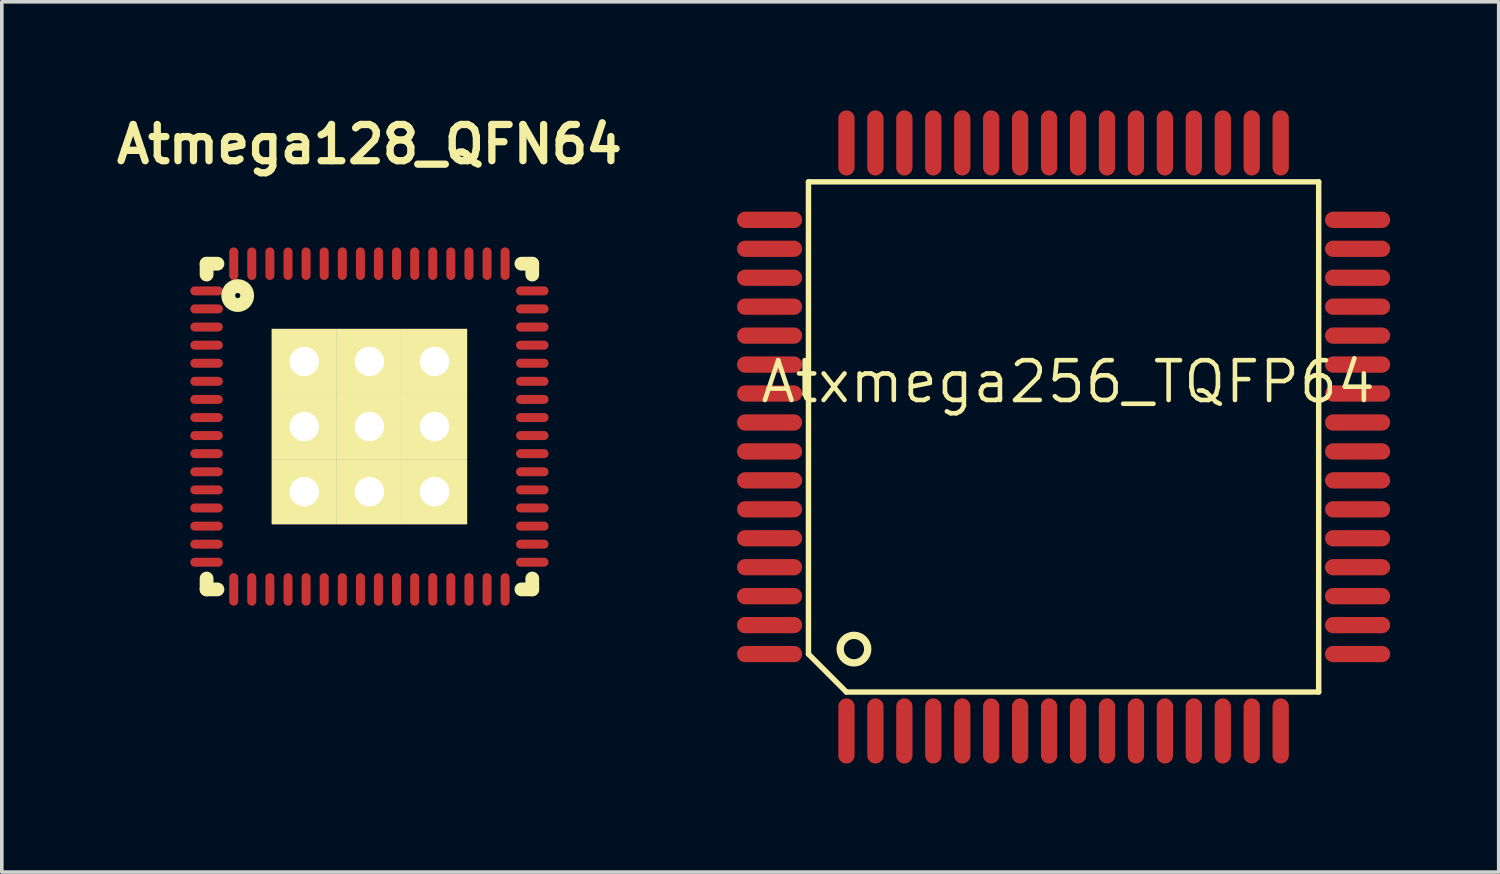
<source format=kicad_pcb>
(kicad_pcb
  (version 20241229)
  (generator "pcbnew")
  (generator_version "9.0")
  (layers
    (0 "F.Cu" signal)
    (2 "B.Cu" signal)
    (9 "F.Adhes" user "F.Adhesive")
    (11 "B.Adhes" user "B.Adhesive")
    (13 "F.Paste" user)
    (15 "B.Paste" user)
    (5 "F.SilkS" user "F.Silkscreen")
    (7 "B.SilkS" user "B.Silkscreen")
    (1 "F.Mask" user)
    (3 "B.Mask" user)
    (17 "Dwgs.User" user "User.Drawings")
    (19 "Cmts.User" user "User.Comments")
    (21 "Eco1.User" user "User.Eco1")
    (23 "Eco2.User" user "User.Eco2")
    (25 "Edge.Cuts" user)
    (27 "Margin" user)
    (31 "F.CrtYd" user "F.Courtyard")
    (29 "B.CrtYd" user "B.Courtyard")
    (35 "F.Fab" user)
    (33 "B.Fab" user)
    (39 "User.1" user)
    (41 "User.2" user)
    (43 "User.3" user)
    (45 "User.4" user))
  (footprint "Atmega128_QFN64"
    (layer "F.Cu")
    (at 7.159 8.738)
    (property "Reference" "Atmega128_QFN64" (at 0 -7.8 0) (layer "F.SilkS") (effects (font (size 1.001 1.001) (thickness 0.201))))
    (attr through_hole)
    (fp_line (start -4.5 -4.5) (end -4.5 -4.2) (stroke (width 0.381) (type solid)) (layer "F.SilkS"))
    (fp_line (start -4.5 -4.5) (end -4.2 -4.5) (stroke (width 0.381) (type solid)) (layer "F.SilkS"))
    (fp_line (start -4.5 4.5) (end -4.5 4.2) (stroke (width 0.381) (type solid)) (layer "F.SilkS"))
    (fp_line (start -4.5 4.5) (end -4.2 4.5) (stroke (width 0.381) (type solid)) (layer "F.SilkS"))
    (fp_line (start 4.5 -4.5) (end 4.2 -4.5) (stroke (width 0.381) (type solid)) (layer "F.SilkS"))
    (fp_line (start 4.5 -4.5) (end 4.5 -4.2) (stroke (width 0.381) (type solid)) (layer "F.SilkS"))
    (fp_line (start 4.5 4.5) (end 4.2 4.5) (stroke (width 0.381) (type solid)) (layer "F.SilkS"))
    (fp_line (start 4.5 4.5) (end 4.5 4.2) (stroke (width 0.381) (type solid)) (layer "F.SilkS"))
    (fp_circle (center -3.64 -3.62) (end -3.6 -3.56) (stroke (width 0.381) (type solid)) (fill no) (layer "F.SilkS"))
    (pad "0" thru_hole rect (at -1.8 -1.8) (size 1.799 1.799) (drill 0.813) (layers "*.Cu" "*.Mask" "F.SilkS"))
    (pad "0" thru_hole rect (at -1.8 0) (size 1.799 1.799) (drill 0.813) (layers "*.Cu" "*.Mask" "F.SilkS"))
    (pad "0" thru_hole rect (at -1.8 1.8) (size 1.799 1.799) (drill 0.813) (layers "*.Cu" "*.Mask" "F.SilkS"))
    (pad "0" thru_hole rect (at 0 -1.8) (size 1.799 1.799) (drill 0.813) (layers "*.Cu" "*.Mask" "F.SilkS"))
    (pad "0" thru_hole rect (at 0 0) (size 1.799 1.799) (drill 0.813) (layers "*.Cu" "*.Mask" "F.SilkS"))
    (pad "0" thru_hole rect (at 0 1.8) (size 1.799 1.799) (drill 0.813) (layers "*.Cu" "*.Mask" "F.SilkS"))
    (pad "0" thru_hole rect (at 1.8 -1.8) (size 1.799 1.799) (drill 0.813) (layers "*.Cu" "*.Mask" "F.SilkS"))
    (pad "0" thru_hole rect (at 1.8 0) (size 1.799 1.799) (drill 0.813) (layers "*.Cu" "*.Mask" "F.SilkS"))
    (pad "0" thru_hole rect (at 1.8 1.8) (size 1.799 1.799) (drill 0.813) (layers "*.Cu" "*.Mask" "F.SilkS"))
    (pad "1" smd oval (at -4.501 -3.749) (size 0.899 0.249) (layers "F.Cu" "F.Mask" "F.Paste"))
    (pad "2" smd oval (at -4.501 -3.251) (size 0.899 0.249) (layers "F.Cu" "F.Mask" "F.Paste"))
    (pad "3" smd oval (at -4.501 -2.751) (size 0.899 0.249) (layers "F.Cu" "F.Mask" "F.Paste"))
    (pad "4" smd oval (at -4.501 -2.25) (size 0.899 0.249) (layers "F.Cu" "F.Mask" "F.Paste"))
    (pad "5" smd oval (at -4.501 -1.75) (size 0.899 0.249) (layers "F.Cu" "F.Mask" "F.Paste"))
    (pad "6" smd oval (at -4.501 -1.25) (size 0.899 0.249) (layers "F.Cu" "F.Mask" "F.Paste"))
    (pad "7" smd oval (at -4.501 -0.749) (size 0.899 0.249) (layers "F.Cu" "F.Mask" "F.Paste"))
    (pad "8" smd oval (at -4.501 -0.249) (size 0.899 0.249) (layers "F.Cu" "F.Mask" "F.Paste"))
    (pad "9" smd oval (at -4.501 0.249) (size 0.899 0.249) (layers "F.Cu" "F.Mask" "F.Paste"))
    (pad "10" smd oval (at -4.501 0.749) (size 0.899 0.249) (layers "F.Cu" "F.Mask" "F.Paste"))
    (pad "11" smd oval (at -4.501 1.25) (size 0.899 0.249) (layers "F.Cu" "F.Mask" "F.Paste"))
    (pad "12" smd oval (at -4.501 1.75) (size 0.899 0.249) (layers "F.Cu" "F.Mask" "F.Paste"))
    (pad "13" smd oval (at -4.501 2.25) (size 0.899 0.249) (layers "F.Cu" "F.Mask" "F.Paste"))
    (pad "14" smd oval (at -4.501 2.751) (size 0.899 0.249) (layers "F.Cu" "F.Mask" "F.Paste"))
    (pad "15" smd oval (at -4.501 3.251) (size 0.899 0.249) (layers "F.Cu" "F.Mask" "F.Paste"))
    (pad "16" smd oval (at -4.501 3.749) (size 0.899 0.249) (layers "F.Cu" "F.Mask" "F.Paste"))
    (pad "17" smd oval (at -3.749 4.501) (size 0.249 0.899) (layers "F.Cu" "F.Mask" "F.Paste"))
    (pad "18" smd oval (at -3.251 4.501) (size 0.249 0.899) (layers "F.Cu" "F.Mask" "F.Paste"))
    (pad "19" smd oval (at -2.751 4.501) (size 0.249 0.899) (layers "F.Cu" "F.Mask" "F.Paste"))
    (pad "20" smd oval (at -2.25 4.501) (size 0.249 0.899) (layers "F.Cu" "F.Mask" "F.Paste"))
    (pad "21" smd oval (at -1.75 4.501) (size 0.249 0.899) (layers "F.Cu" "F.Mask" "F.Paste"))
    (pad "22" smd oval (at -1.25 4.501) (size 0.249 0.899) (layers "F.Cu" "F.Mask" "F.Paste"))
    (pad "23" smd oval (at -0.749 4.501) (size 0.249 0.899) (layers "F.Cu" "F.Mask" "F.Paste"))
    (pad "24" smd oval (at -0.249 4.501) (size 0.249 0.899) (layers "F.Cu" "F.Mask" "F.Paste"))
    (pad "25" smd oval (at 0.249 4.501) (size 0.249 0.899) (layers "F.Cu" "F.Mask" "F.Paste"))
    (pad "26" smd oval (at 0.749 4.501) (size 0.249 0.899) (layers "F.Cu" "F.Mask" "F.Paste"))
    (pad "27" smd oval (at 1.25 4.501) (size 0.249 0.899) (layers "F.Cu" "F.Mask" "F.Paste"))
    (pad "28" smd oval (at 1.75 4.501) (size 0.249 0.899) (layers "F.Cu" "F.Mask" "F.Paste"))
    (pad "29" smd oval (at 2.25 4.501) (size 0.249 0.899) (layers "F.Cu" "F.Mask" "F.Paste"))
    (pad "30" smd oval (at 2.751 4.501) (size 0.249 0.899) (layers "F.Cu" "F.Mask" "F.Paste"))
    (pad "31" smd oval (at 3.251 4.501) (size 0.249 0.899) (layers "F.Cu" "F.Mask" "F.Paste"))
    (pad "32" smd oval (at 3.749 4.501) (size 0.249 0.899) (layers "F.Cu" "F.Mask" "F.Paste"))
    (pad "33" smd oval (at 4.501 3.749) (size 0.899 0.249) (layers "F.Cu" "F.Mask" "F.Paste"))
    (pad "34" smd oval (at 4.501 3.251) (size 0.899 0.249) (layers "F.Cu" "F.Mask" "F.Paste"))
    (pad "35" smd oval (at 4.501 2.751) (size 0.899 0.249) (layers "F.Cu" "F.Mask" "F.Paste"))
    (pad "36" smd oval (at 4.501 2.25) (size 0.899 0.249) (layers "F.Cu" "F.Mask" "F.Paste"))
    (pad "37" smd oval (at 4.501 1.75) (size 0.899 0.249) (layers "F.Cu" "F.Mask" "F.Paste"))
    (pad "38" smd oval (at 4.501 1.25) (size 0.899 0.249) (layers "F.Cu" "F.Mask" "F.Paste"))
    (pad "39" smd oval (at 4.501 0.749) (size 0.899 0.249) (layers "F.Cu" "F.Mask" "F.Paste"))
    (pad "40" smd oval (at 4.501 0.249) (size 0.899 0.249) (layers "F.Cu" "F.Mask" "F.Paste"))
    (pad "41" smd oval (at 4.501 -0.249) (size 0.899 0.249) (layers "F.Cu" "F.Mask" "F.Paste"))
    (pad "42" smd oval (at 4.501 -0.749) (size 0.899 0.249) (layers "F.Cu" "F.Mask" "F.Paste"))
    (pad "43" smd oval (at 4.501 -1.25) (size 0.899 0.249) (layers "F.Cu" "F.Mask" "F.Paste"))
    (pad "44" smd oval (at 4.501 -1.75) (size 0.899 0.249) (layers "F.Cu" "F.Mask" "F.Paste"))
    (pad "45" smd oval (at 4.501 -2.25) (size 0.899 0.249) (layers "F.Cu" "F.Mask" "F.Paste"))
    (pad "46" smd oval (at 4.501 -2.751) (size 0.899 0.249) (layers "F.Cu" "F.Mask" "F.Paste"))
    (pad "47" smd oval (at 4.501 -3.251) (size 0.899 0.249) (layers "F.Cu" "F.Mask" "F.Paste"))
    (pad "48" smd oval (at 4.501 -3.749) (size 0.899 0.249) (layers "F.Cu" "F.Mask" "F.Paste"))
    (pad "49" smd oval (at 3.749 -4.501) (size 0.249 0.899) (layers "F.Cu" "F.Mask" "F.Paste"))
    (pad "50" smd oval (at 3.251 -4.501) (size 0.249 0.899) (layers "F.Cu" "F.Mask" "F.Paste"))
    (pad "51" smd oval (at 2.751 -4.501) (size 0.249 0.899) (layers "F.Cu" "F.Mask" "F.Paste"))
    (pad "52" smd oval (at 2.25 -4.501) (size 0.249 0.899) (layers "F.Cu" "F.Mask" "F.Paste"))
    (pad "53" smd oval (at 1.75 -4.501) (size 0.249 0.899) (layers "F.Cu" "F.Mask" "F.Paste"))
    (pad "54" smd oval (at 1.25 -4.501) (size 0.249 0.899) (layers "F.Cu" "F.Mask" "F.Paste"))
    (pad "55" smd oval (at 0.749 -4.501) (size 0.249 0.899) (layers "F.Cu" "F.Mask" "F.Paste"))
    (pad "56" smd oval (at 0.249 -4.501) (size 0.249 0.899) (layers "F.Cu" "F.Mask" "F.Paste"))
    (pad "57" smd oval (at -0.249 -4.501) (size 0.249 0.899) (layers "F.Cu" "F.Mask" "F.Paste"))
    (pad "58" smd oval (at -0.749 -4.501) (size 0.249 0.899) (layers "F.Cu" "F.Mask" "F.Paste"))
    (pad "59" smd oval (at -1.25 -4.501) (size 0.249 0.899) (layers "F.Cu" "F.Mask" "F.Paste"))
    (pad "60" smd oval (at -1.75 -4.501) (size 0.249 0.899) (layers "F.Cu" "F.Mask" "F.Paste"))
    (pad "61" smd oval (at -2.25 -4.501) (size 0.249 0.899) (layers "F.Cu" "F.Mask" "F.Paste"))
    (pad "62" smd oval (at -2.751 -4.501) (size 0.249 0.899) (layers "F.Cu" "F.Mask" "F.Paste"))
    (pad "63" smd oval (at -3.251 -4.501) (size 0.249 0.899) (layers "F.Cu" "F.Mask" "F.Paste"))
    (pad "64" smd oval (at -3.749 -4.501) (size 0.249 0.899) (layers "F.Cu" "F.Mask" "F.Paste")))
  (footprint "Atxmega256_TQFP64"
    (layer "F.Cu")
    (at 26.342 9.025)
    (property "Reference" "Atxmega256_TQFP64" (at 0.127 -1.524 0) (layer "F.SilkS") (effects (font (size 1.1 1.1) (thickness 0.127))))
    (attr through_hole)
    (fp_line (start -7.05 -7.05) (end -7.05 6) (stroke (width 0.15) (type solid)) (layer "F.SilkS"))
    (fp_line (start -7.05 -7.05) (end 7.05 -7.05) (stroke (width 0.15) (type solid)) (layer "F.SilkS"))
    (fp_line (start -6 7.05) (end -7.05 6) (stroke (width 0.15) (type solid)) (layer "F.SilkS"))
    (fp_line (start 7.05 -7.05) (end 7.05 7.05) (stroke (width 0.15) (type solid)) (layer "F.SilkS"))
    (fp_line (start 7.05 7.05) (end -6 7.05) (stroke (width 0.15) (type solid)) (layer "F.SilkS"))
    (fp_circle (center -5.793 5.863) (end -5.793 5.482) (stroke (width 0.203) (type solid)) (fill no) (layer "F.SilkS"))
    (pad "1" smd oval (at -6 8.125) (size 0.45 1.8) (layers "F.Cu" "F.Mask" "F.Paste"))
    (pad "2" smd oval (at -5.2 8.125) (size 0.45 1.8) (layers "F.Cu" "F.Mask" "F.Paste"))
    (pad "3" smd oval (at -4.4 8.125) (size 0.45 1.8) (layers "F.Cu" "F.Mask" "F.Paste"))
    (pad "4" smd oval (at -3.6 8.125) (size 0.45 1.8) (layers "F.Cu" "F.Mask" "F.Paste"))
    (pad "5" smd oval (at -2.8 8.125) (size 0.45 1.8) (layers "F.Cu" "F.Mask" "F.Paste"))
    (pad "6" smd oval (at -2 8.125) (size 0.45 1.8) (layers "F.Cu" "F.Mask" "F.Paste"))
    (pad "7" smd oval (at -1.2 8.125) (size 0.45 1.8) (layers "F.Cu" "F.Mask" "F.Paste"))
    (pad "8" smd oval (at -0.4 8.125) (size 0.45 1.8) (layers "F.Cu" "F.Mask" "F.Paste"))
    (pad "9" smd oval (at 0.4 8.125) (size 0.45 1.8) (layers "F.Cu" "F.Mask" "F.Paste"))
    (pad "10" smd oval (at 1.2 8.125) (size 0.45 1.8) (layers "F.Cu" "F.Mask" "F.Paste"))
    (pad "11" smd oval (at 2 8.125) (size 0.45 1.8) (layers "F.Cu" "F.Mask" "F.Paste"))
    (pad "12" smd oval (at 2.8 8.125) (size 0.45 1.8) (layers "F.Cu" "F.Mask" "F.Paste"))
    (pad "13" smd oval (at 3.6 8.125) (size 0.45 1.8) (layers "F.Cu" "F.Mask" "F.Paste"))
    (pad "14" smd oval (at 4.4 8.125) (size 0.45 1.8) (layers "F.Cu" "F.Mask" "F.Paste"))
    (pad "15" smd oval (at 5.2 8.125) (size 0.45 1.8) (layers "F.Cu" "F.Mask" "F.Paste"))
    (pad "16" smd oval (at 6 8.125) (size 0.45 1.8) (layers "F.Cu" "F.Mask" "F.Paste"))
    (pad "17" smd oval (at 8.125 6) (size 1.8 0.45) (layers "F.Cu" "F.Mask" "F.Paste"))
    (pad "18" smd oval (at 8.125 5.2) (size 1.8 0.45) (layers "F.Cu" "F.Mask" "F.Paste"))
    (pad "19" smd oval (at 8.125 4.4) (size 1.8 0.45) (layers "F.Cu" "F.Mask" "F.Paste"))
    (pad "20" smd oval (at 8.125 3.6) (size 1.8 0.45) (layers "F.Cu" "F.Mask" "F.Paste"))
    (pad "21" smd oval (at 8.125 2.8) (size 1.8 0.45) (layers "F.Cu" "F.Mask" "F.Paste"))
    (pad "22" smd oval (at 8.125 2) (size 1.8 0.45) (layers "F.Cu" "F.Mask" "F.Paste"))
    (pad "23" smd oval (at 8.125 1.2) (size 1.8 0.45) (layers "F.Cu" "F.Mask" "F.Paste"))
    (pad "24" smd oval (at 8.125 0.4) (size 1.8 0.45) (layers "F.Cu" "F.Mask" "F.Paste"))
    (pad "25" smd oval (at 8.125 -0.4) (size 1.8 0.45) (layers "F.Cu" "F.Mask" "F.Paste"))
    (pad "26" smd oval (at 8.125 -1.2) (size 1.8 0.45) (layers "F.Cu" "F.Mask" "F.Paste"))
    (pad "27" smd oval (at 8.125 -2) (size 1.8 0.45) (layers "F.Cu" "F.Mask" "F.Paste"))
    (pad "28" smd oval (at 8.125 -2.8) (size 1.8 0.45) (layers "F.Cu" "F.Mask" "F.Paste"))
    (pad "29" smd oval (at 8.125 -3.6) (size 1.8 0.45) (layers "F.Cu" "F.Mask" "F.Paste"))
    (pad "30" smd oval (at 8.125 -4.4) (size 1.8 0.45) (layers "F.Cu" "F.Mask" "F.Paste"))
    (pad "31" smd oval (at 8.125 -5.2) (size 1.8 0.45) (layers "F.Cu" "F.Mask" "F.Paste"))
    (pad "32" smd oval (at 8.125 -6) (size 1.8 0.45) (layers "F.Cu" "F.Mask" "F.Paste"))
    (pad "33" smd oval (at 6 -8.125) (size 0.45 1.8) (layers "F.Cu" "F.Mask" "F.Paste"))
    (pad "34" smd oval (at 5.2 -8.125) (size 0.45 1.8) (layers "F.Cu" "F.Mask" "F.Paste"))
    (pad "35" smd oval (at 4.4 -8.125) (size 0.45 1.8) (layers "F.Cu" "F.Mask" "F.Paste"))
    (pad "36" smd oval (at 3.6 -8.125) (size 0.45 1.8) (layers "F.Cu" "F.Mask" "F.Paste"))
    (pad "37" smd oval (at 2.8 -8.125) (size 0.45 1.8) (layers "F.Cu" "F.Mask" "F.Paste"))
    (pad "38" smd oval (at 2 -8.125) (size 0.45 1.8) (layers "F.Cu" "F.Mask" "F.Paste"))
    (pad "39" smd oval (at 1.2 -8.125) (size 0.45 1.8) (layers "F.Cu" "F.Mask" "F.Paste"))
    (pad "40" smd oval (at 0.4 -8.125) (size 0.45 1.8) (layers "F.Cu" "F.Mask" "F.Paste"))
    (pad "41" smd oval (at -0.4 -8.125) (size 0.45 1.8) (layers "F.Cu" "F.Mask" "F.Paste"))
    (pad "42" smd oval (at -1.2 -8.125) (size 0.45 1.8) (layers "F.Cu" "F.Mask" "F.Paste"))
    (pad "43" smd oval (at -2 -8.125) (size 0.45 1.8) (layers "F.Cu" "F.Mask" "F.Paste"))
    (pad "44" smd oval (at -2.8 -8.125) (size 0.45 1.8) (layers "F.Cu" "F.Mask" "F.Paste"))
    (pad "45" smd oval (at -3.6 -8.125) (size 0.45 1.8) (layers "F.Cu" "F.Mask" "F.Paste"))
    (pad "46" smd oval (at -4.4 -8.125) (size 0.45 1.8) (layers "F.Cu" "F.Mask" "F.Paste"))
    (pad "47" smd oval (at -5.2 -8.125) (size 0.45 1.8) (layers "F.Cu" "F.Mask" "F.Paste"))
    (pad "48" smd oval (at -6 -8.125) (size 0.45 1.8) (layers "F.Cu" "F.Mask" "F.Paste"))
    (pad "49" smd oval (at -8.125 -6) (size 1.8 0.45) (layers "F.Cu" "F.Mask" "F.Paste"))
    (pad "50" smd oval (at -8.125 -5.2) (size 1.8 0.45) (layers "F.Cu" "F.Mask" "F.Paste"))
    (pad "51" smd oval (at -8.125 -4.4) (size 1.8 0.45) (layers "F.Cu" "F.Mask" "F.Paste"))
    (pad "52" smd oval (at -8.125 -3.6) (size 1.8 0.45) (layers "F.Cu" "F.Mask" "F.Paste"))
    (pad "53" smd oval (at -8.125 -2.8) (size 1.8 0.45) (layers "F.Cu" "F.Mask" "F.Paste"))
    (pad "54" smd oval (at -8.125 -2) (size 1.8 0.45) (layers "F.Cu" "F.Mask" "F.Paste"))
    (pad "55" smd oval (at -8.125 -1.2) (size 1.8 0.45) (layers "F.Cu" "F.Mask" "F.Paste"))
    (pad "56" smd oval (at -8.125 -0.4) (size 1.8 0.45) (layers "F.Cu" "F.Mask" "F.Paste"))
    (pad "57" smd oval (at -8.125 0.4) (size 1.8 0.45) (layers "F.Cu" "F.Mask" "F.Paste"))
    (pad "58" smd oval (at -8.125 1.2) (size 1.8 0.45) (layers "F.Cu" "F.Mask" "F.Paste"))
    (pad "59" smd oval (at -8.125 2) (size 1.8 0.45) (layers "F.Cu" "F.Mask" "F.Paste"))
    (pad "60" smd oval (at -8.125 2.8) (size 1.8 0.45) (layers "F.Cu" "F.Mask" "F.Paste"))
    (pad "61" smd oval (at -8.125 3.6) (size 1.8 0.45) (layers "F.Cu" "F.Mask" "F.Paste"))
    (pad "62" smd oval (at -8.125 4.4) (size 1.8 0.45) (layers "F.Cu" "F.Mask" "F.Paste"))
    (pad "63" smd oval (at -8.125 5.2) (size 1.8 0.45) (layers "F.Cu" "F.Mask" "F.Paste"))
    (pad "64" smd oval (at -8.125 6) (size 1.8 0.45) (layers "F.Cu" "F.Mask" "F.Paste")))
  (gr_rect
    (start -3 -3)
    (end 38.367 21.05)
    (stroke (width 0.1) (type default))
    (fill no)
    (layer "Edge.Cuts")))
</source>
